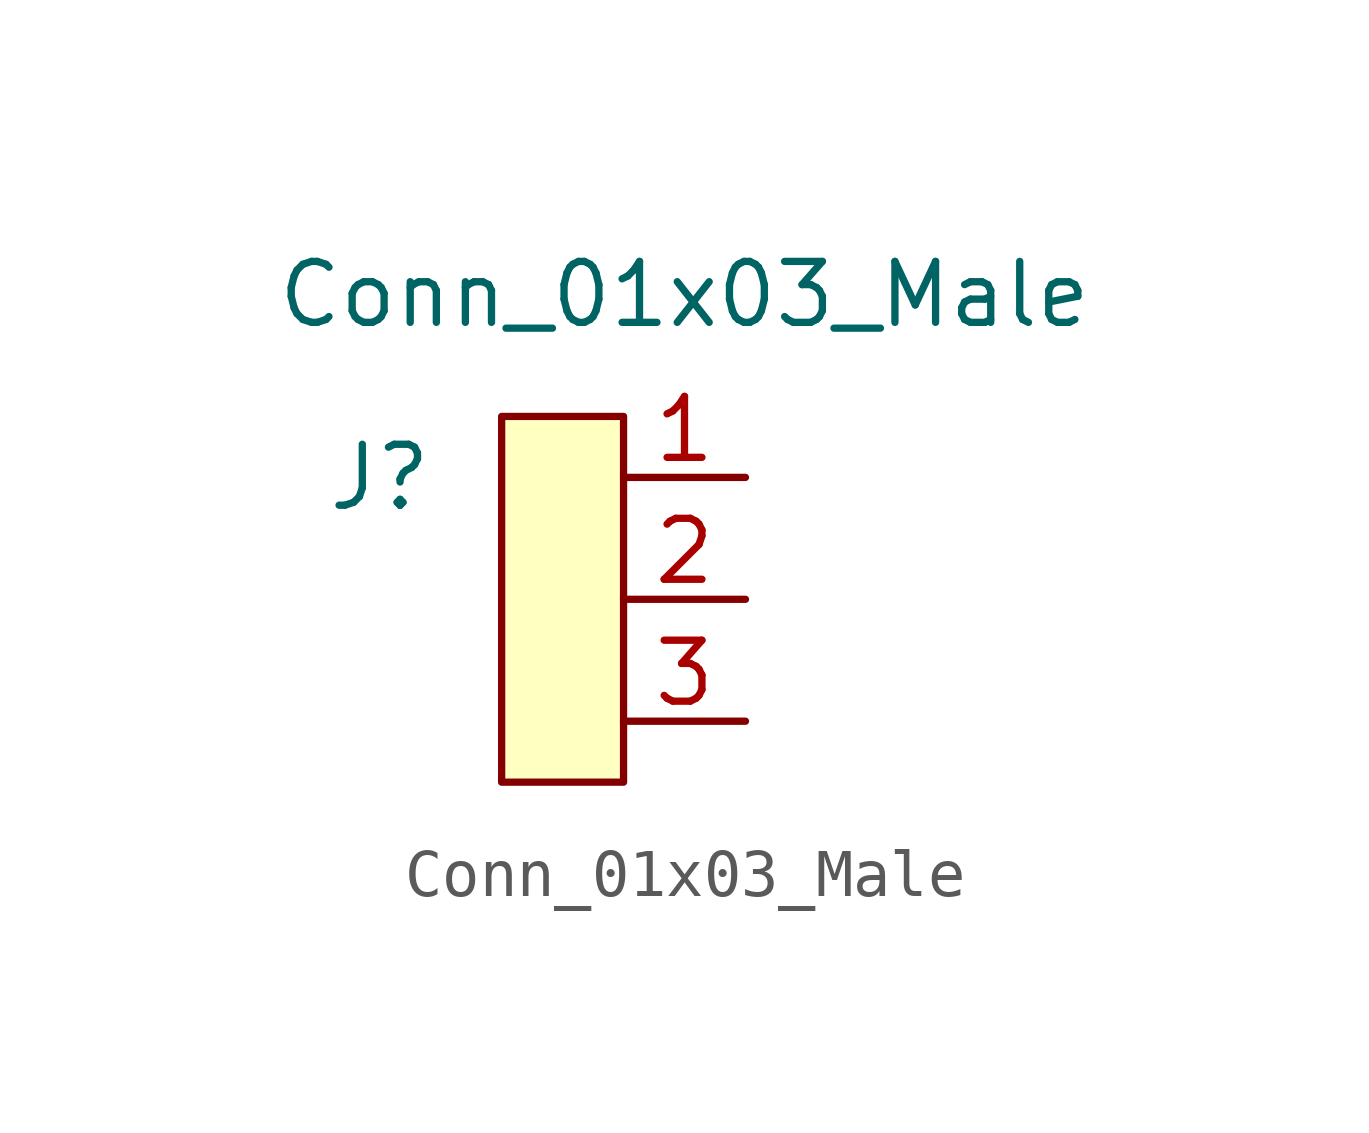
<source format=kicad_sym>
(kicad_symbol_lib
  (version 20211014)
  (generator kicad_symbol_editor)
  (symbol "Conn_01x03_Male"
    (property "Reference" "J"
      (at -5.08 2.54 0)
      (effects (font (size 1.27 1.27))))
    (property "Value" "Conn_01x03_Male"
      (at 1.27 6.35 0)
      (effects (font (size 1.27 1.27))))
    (symbol "Conn_01x03_Male_0_1"
      (rectangle (start -2.54 3.81) (end 0 -3.81) (stroke (width 0) (type default) (color 0 0 0 0)) (fill (type background))))
    (symbol "Conn_01x03_Male_1_1"
      (pin passive line (at 2.54 2.54 180) (length 2.54) (name "" (effects (font (size 1.27 1.27)))) (number "1" (effects (font (size 1.27 1.27)))))
      (pin passive line (at 2.54 0 180) (length 2.54) (name "" (effects (font (size 1.27 1.27)))) (number "2" (effects (font (size 1.27 1.27)))))
      (pin passive line (at 2.54 -2.54 180) (length 2.54) (name "" (effects (font (size 1.27 1.27)))) (number "3" (effects (font (size 1.27 1.27))))))))
</source>
